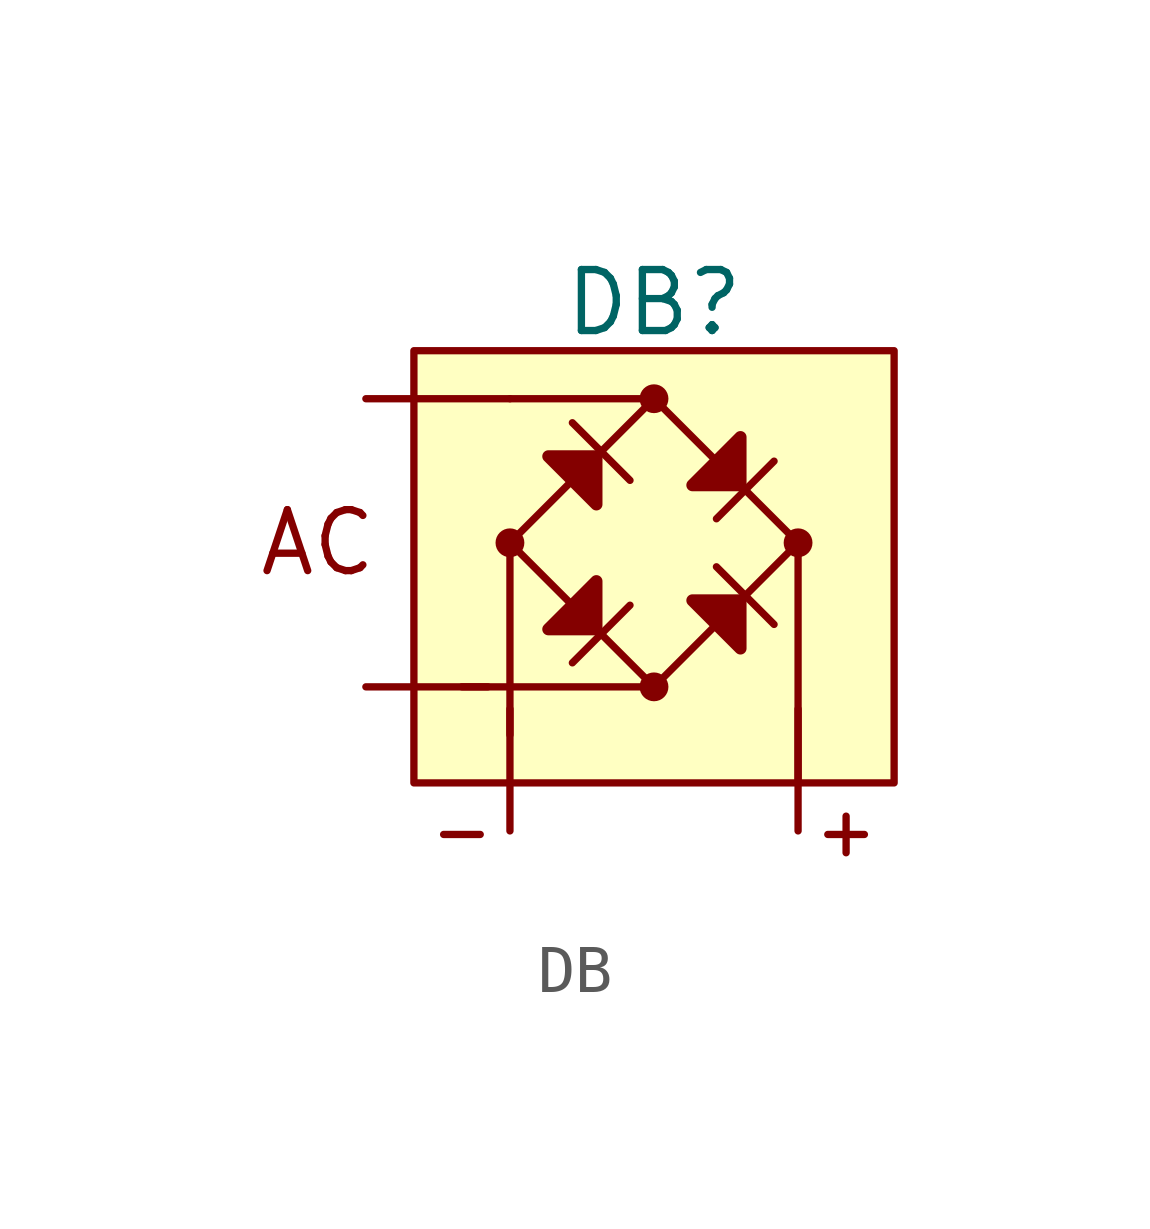
<source format=kicad_sym>
(kicad_symbol_lib
  (version 20241209)
  (generator "kicad_symbol_editor")
  (generator_version "9.0")
  (symbol "DB"
    (property "Reference" "DB"
      (at 6 2 0)
      (effects (font (size 1.27 1.27))))
    (property "Value" ""
      (at 0 0 0)
      (effects (font (size 1.27 1.27))))
    (symbol "DB_0_1"
      (polyline (pts (xy 3 -3) (xy 6 0)) (stroke (width 0) (type default)) (fill (type none)))
      (polyline (pts (xy 3 -3) (xy 6 -6)) (stroke (width 0) (type default)) (fill (type none)))
      (polyline (pts (xy 4.8 -2.2) (xy 4.8 -1.2) (xy 3.8 -1.2) (xy 4.8 -2.2)) (stroke (width 0.254) (type default)) (fill (type outline)))
      (polyline (pts (xy 4.8 -3.8) (xy 4.8 -4.8) (xy 3.8 -4.8) (xy 4.8 -3.8)) (stroke (width 0.254) (type default)) (fill (type outline)))
      (polyline (pts (xy 6 0) (xy 9 -3)) (stroke (width 0) (type default)) (fill (type none)))
      (polyline (pts (xy 6 -6) (xy 9 -3)) (stroke (width 0) (type default)) (fill (type none)))
      (polyline (pts (xy 6.8 -1.8) (xy 7.8 -1.8) (xy 7.8 -0.8) (xy 6.8 -1.8)) (stroke (width 0.254) (type default)) (fill (type outline)))
      (polyline (pts (xy 6.8 -4.2) (xy 7.8 -4.2) (xy 7.8 -5.2) (xy 6.8 -4.2)) (stroke (width 0.254) (type default)) (fill (type outline))))
    (symbol "DB_1_0"
      (pin power_in line (at 0 0 0) (length 3) (name "AC" (effects (font (size 0 0)))) (number "1" (effects (font (size 0 0)))))
      (pin power_in line (at 0 -6 0) (length 2.54) (name "AC" (effects (font (size 0 0)))) (number "2" (effects (font (size 0 0)))))
      (pin power_out line (at 3 -9 90) (length 2.54) (name "DC_P" (effects (font (size 0 0)))) (number "4" (effects (font (size 0 0)))))
      (pin power_out line (at 9 -9 90) (length 2.54) (name "DC_N" (effects (font (size 0 0)))) (number "3" (effects (font (size 0 0))))))
    (symbol "DB_1_1"
      (rectangle (start 1 1) (end 11 -8) (stroke (width 0) (type default)) (fill (type background)))
      (polyline (pts (xy 3 0) (xy 6 0)) (stroke (width 0) (type default)) (fill (type none)))
      (circle (center 3 -3) (radius 0.224) (stroke (width 0) (type default)) (fill (type outline)))
      (polyline (pts (xy 3 -7) (xy 3 -3)) (stroke (width 0) (type default)) (fill (type none)))
      (polyline (pts (xy 5.5 -1.7) (xy 4.3 -0.5)) (stroke (width 0) (type default)) (fill (type none)))
      (polyline (pts (xy 5.5 -4.3) (xy 4.3 -5.5)) (stroke (width 0) (type default)) (fill (type none)))
      (polyline (pts (xy 6 0) (xy 6 0)) (stroke (width 0) (type default)) (fill (type none)))
      (circle (center 6 0) (radius 0.224) (stroke (width 0) (type default)) (fill (type outline)))
      (polyline (pts (xy 6 -6) (xy 2 -6)) (stroke (width 0) (type default)) (fill (type none)))
      (circle (center 6 -6) (radius 0.224) (stroke (width 0) (type default)) (fill (type outline)))
      (polyline (pts (xy 7.3 -2.5) (xy 8.5 -1.3)) (stroke (width 0) (type default)) (fill (type none)))
      (polyline (pts (xy 7.3 -3.5) (xy 8.5 -4.7)) (stroke (width 0) (type default)) (fill (type none)))
      (circle (center 9 -3) (radius 0.224) (stroke (width 0) (type default)) (fill (type outline)))
      (polyline (pts (xy 9 -8) (xy 9 -3)) (stroke (width 0) (type default)) (fill (type none)))
      (text "AC" (at -1 -3 0) (effects (font (size 1.27 1.27) (color 132 0 0 1))))
      (text "-" (at 2 -9 0) (effects (font (size 1 1) (color 132 0 0 1))))
      (text "+" (at 10 -9 0) (effects (font (size 1 1) (color 132 0 0 1)))))))
</source>
